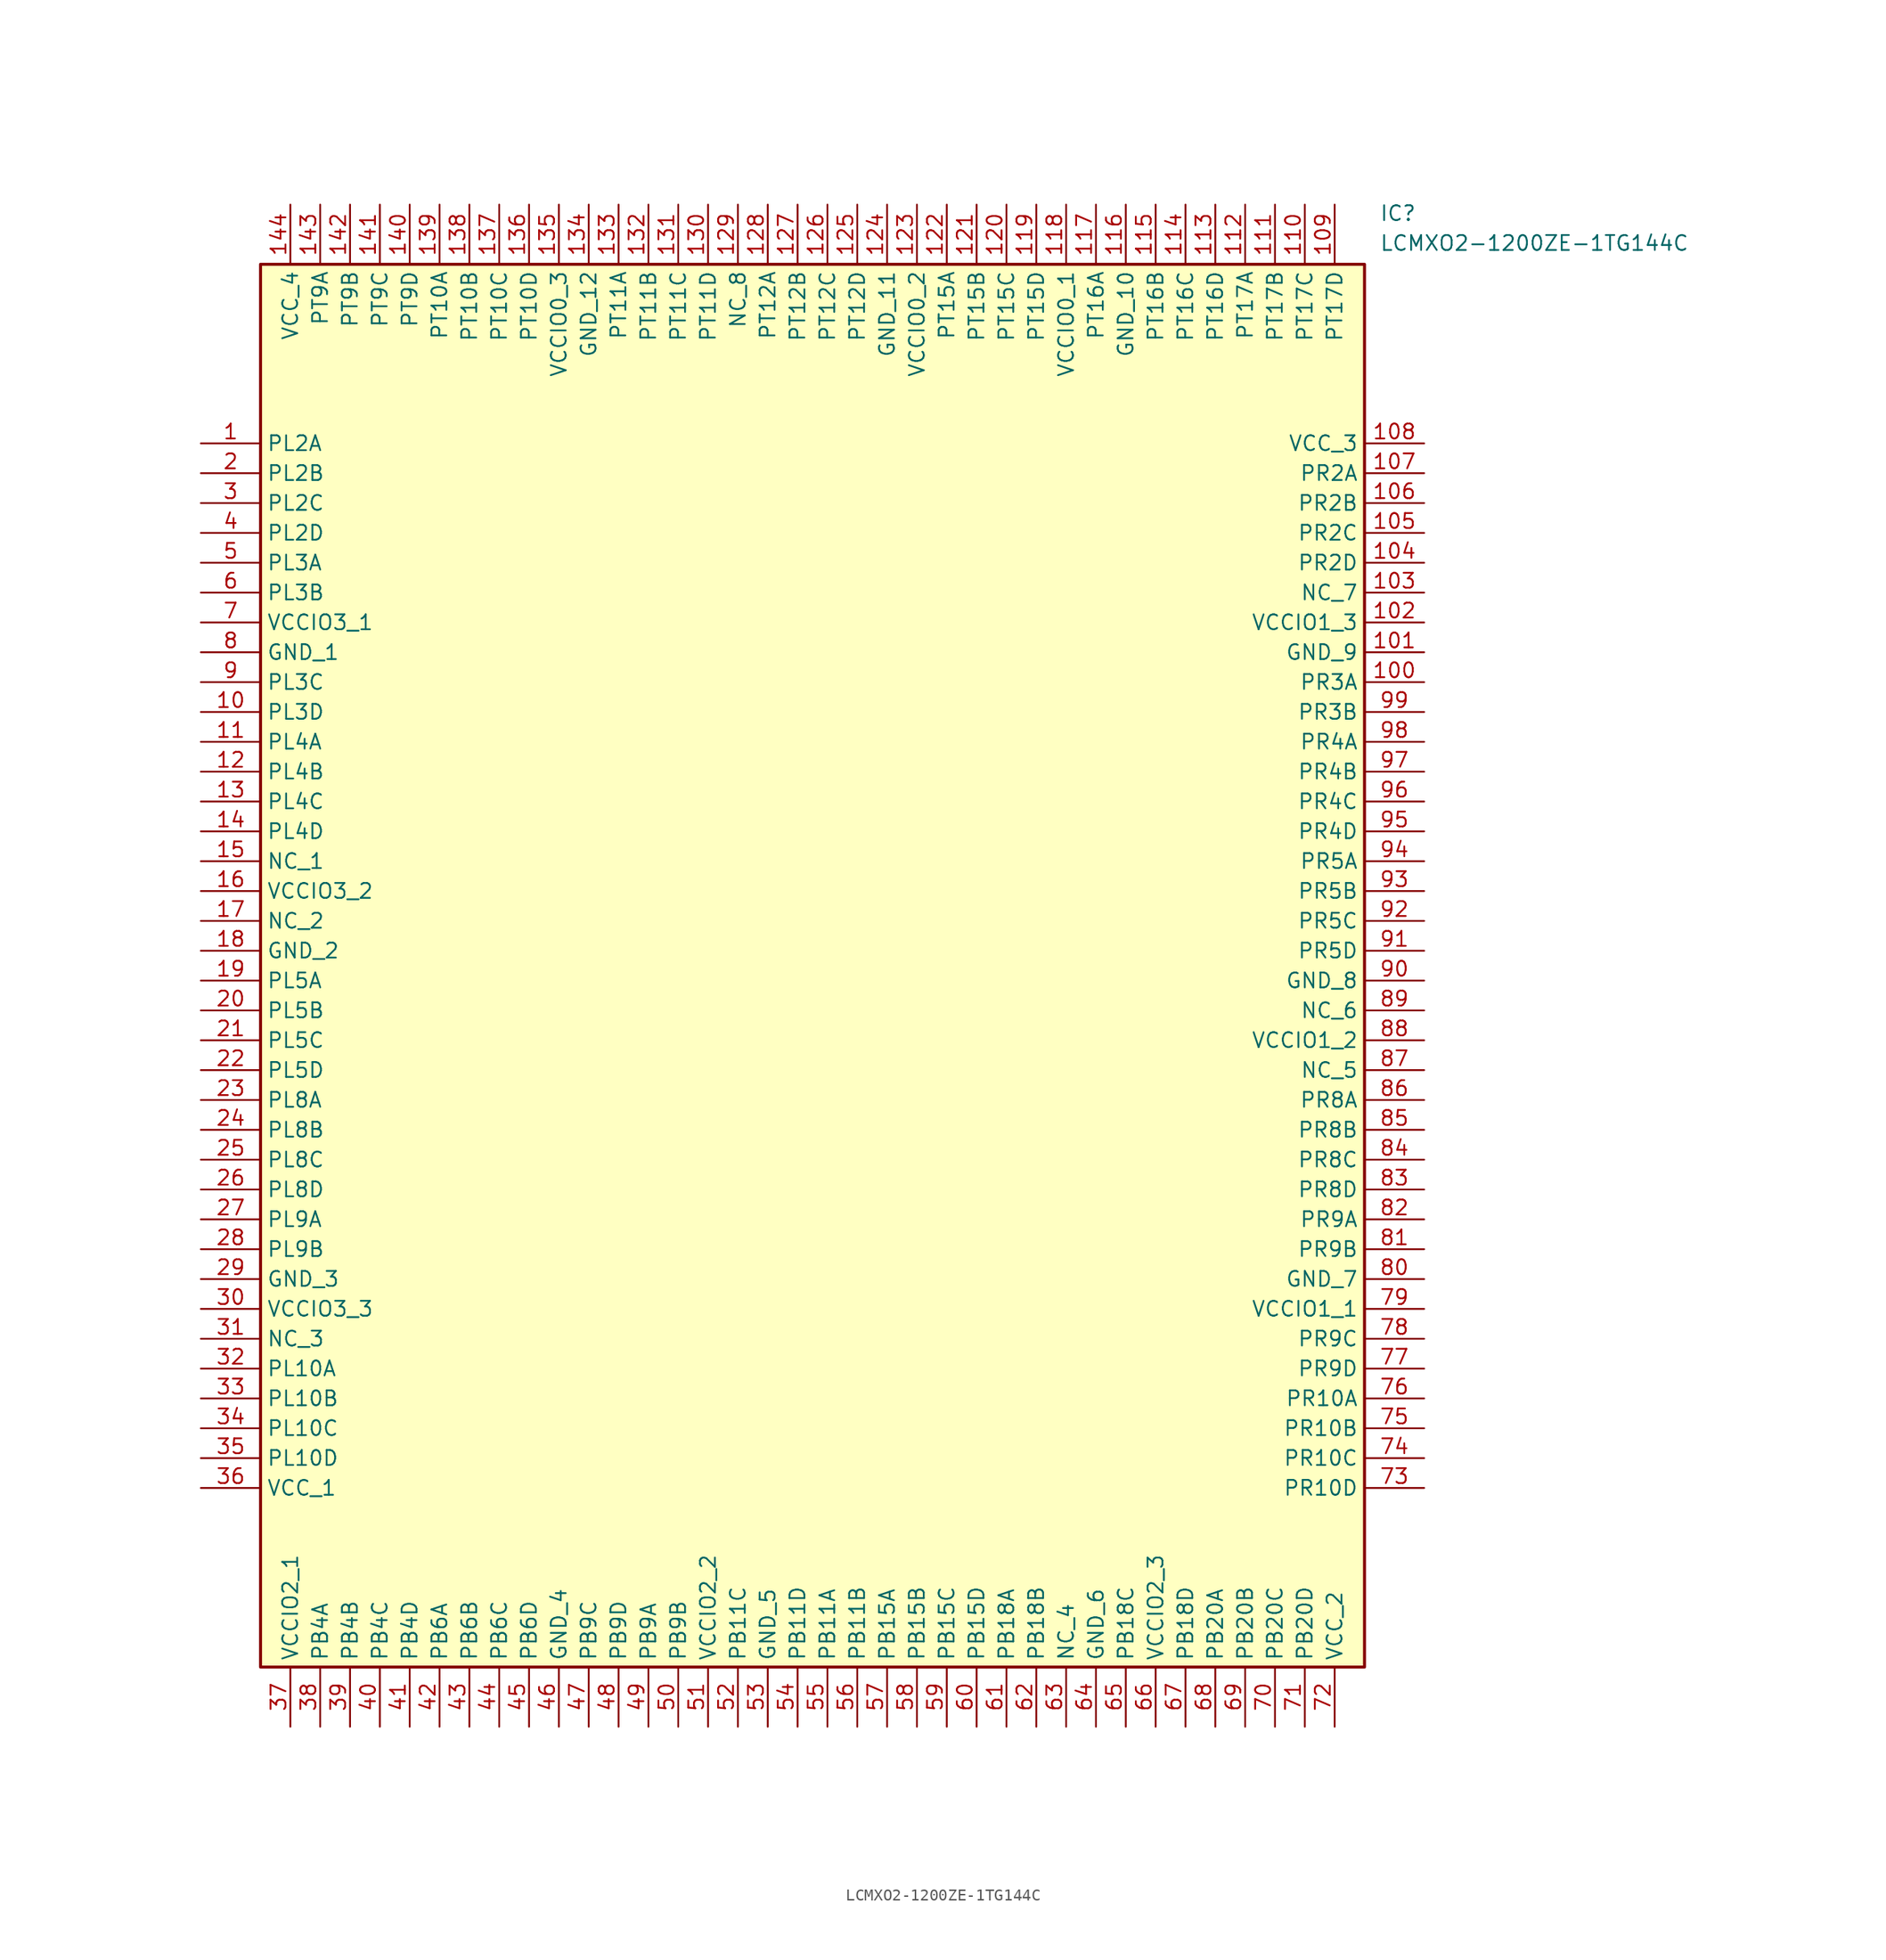
<source format=kicad_sym>
(kicad_symbol_lib
  (version 20211014)
  (generator SamacSys_ECAD_Model)
  (symbol "LCMXO2-1200ZE-1TG144C"
    (property "Reference" "IC"
      (at 100.33 20.32 0)
      (effects (font (size 1.27 1.27)) (justify left top)))
    (property "Value" "LCMXO2-1200ZE-1TG144C"
      (at 100.33 17.78 0)
      (effects (font (size 1.27 1.27)) (justify left top)))
    (rectangle
      (start 5.08 15.24)
      (end 99.06 -104.14)
      (stroke (width 0.254) (type default))
      (fill (type background)))
    (pin passive line
      (at 0 0 0)
      (length 5.08)
      (name "PL2A" (effects (font (size 1.27 1.27))))
      (number "1" (effects (font (size 1.27 1.27)))))
    (pin passive line
      (at 0 -2.54 0)
      (length 5.08)
      (name "PL2B" (effects (font (size 1.27 1.27))))
      (number "2" (effects (font (size 1.27 1.27)))))
    (pin passive line
      (at 0 -5.08 0)
      (length 5.08)
      (name "PL2C" (effects (font (size 1.27 1.27))))
      (number "3" (effects (font (size 1.27 1.27)))))
    (pin passive line
      (at 0 -7.62 0)
      (length 5.08)
      (name "PL2D" (effects (font (size 1.27 1.27))))
      (number "4" (effects (font (size 1.27 1.27)))))
    (pin passive line
      (at 0 -10.16 0)
      (length 5.08)
      (name "PL3A" (effects (font (size 1.27 1.27))))
      (number "5" (effects (font (size 1.27 1.27)))))
    (pin passive line
      (at 0 -12.7 0)
      (length 5.08)
      (name "PL3B" (effects (font (size 1.27 1.27))))
      (number "6" (effects (font (size 1.27 1.27)))))
    (pin passive line
      (at 0 -15.24 0)
      (length 5.08)
      (name "VCCIO3_1" (effects (font (size 1.27 1.27))))
      (number "7" (effects (font (size 1.27 1.27)))))
    (pin passive line
      (at 0 -17.78 0)
      (length 5.08)
      (name "GND_1" (effects (font (size 1.27 1.27))))
      (number "8" (effects (font (size 1.27 1.27)))))
    (pin passive line
      (at 0 -20.32 0)
      (length 5.08)
      (name "PL3C" (effects (font (size 1.27 1.27))))
      (number "9" (effects (font (size 1.27 1.27)))))
    (pin passive line
      (at 0 -22.86 0)
      (length 5.08)
      (name "PL3D" (effects (font (size 1.27 1.27))))
      (number "10" (effects (font (size 1.27 1.27)))))
    (pin passive line
      (at 0 -25.4 0)
      (length 5.08)
      (name "PL4A" (effects (font (size 1.27 1.27))))
      (number "11" (effects (font (size 1.27 1.27)))))
    (pin passive line
      (at 0 -27.94 0)
      (length 5.08)
      (name "PL4B" (effects (font (size 1.27 1.27))))
      (number "12" (effects (font (size 1.27 1.27)))))
    (pin passive line
      (at 0 -30.48 0)
      (length 5.08)
      (name "PL4C" (effects (font (size 1.27 1.27))))
      (number "13" (effects (font (size 1.27 1.27)))))
    (pin passive line
      (at 0 -33.02 0)
      (length 5.08)
      (name "PL4D" (effects (font (size 1.27 1.27))))
      (number "14" (effects (font (size 1.27 1.27)))))
    (pin passive line
      (at 0 -35.56 0)
      (length 5.08)
      (name "NC_1" (effects (font (size 1.27 1.27))))
      (number "15" (effects (font (size 1.27 1.27)))))
    (pin passive line
      (at 0 -38.1 0)
      (length 5.08)
      (name "VCCIO3_2" (effects (font (size 1.27 1.27))))
      (number "16" (effects (font (size 1.27 1.27)))))
    (pin passive line
      (at 0 -40.64 0)
      (length 5.08)
      (name "NC_2" (effects (font (size 1.27 1.27))))
      (number "17" (effects (font (size 1.27 1.27)))))
    (pin passive line
      (at 0 -43.18 0)
      (length 5.08)
      (name "GND_2" (effects (font (size 1.27 1.27))))
      (number "18" (effects (font (size 1.27 1.27)))))
    (pin passive line
      (at 0 -45.72 0)
      (length 5.08)
      (name "PL5A" (effects (font (size 1.27 1.27))))
      (number "19" (effects (font (size 1.27 1.27)))))
    (pin passive line
      (at 0 -48.26 0)
      (length 5.08)
      (name "PL5B" (effects (font (size 1.27 1.27))))
      (number "20" (effects (font (size 1.27 1.27)))))
    (pin passive line
      (at 0 -50.8 0)
      (length 5.08)
      (name "PL5C" (effects (font (size 1.27 1.27))))
      (number "21" (effects (font (size 1.27 1.27)))))
    (pin passive line
      (at 0 -53.34 0)
      (length 5.08)
      (name "PL5D" (effects (font (size 1.27 1.27))))
      (number "22" (effects (font (size 1.27 1.27)))))
    (pin passive line
      (at 0 -55.88 0)
      (length 5.08)
      (name "PL8A" (effects (font (size 1.27 1.27))))
      (number "23" (effects (font (size 1.27 1.27)))))
    (pin passive line
      (at 0 -58.42 0)
      (length 5.08)
      (name "PL8B" (effects (font (size 1.27 1.27))))
      (number "24" (effects (font (size 1.27 1.27)))))
    (pin passive line
      (at 0 -60.96 0)
      (length 5.08)
      (name "PL8C" (effects (font (size 1.27 1.27))))
      (number "25" (effects (font (size 1.27 1.27)))))
    (pin passive line
      (at 0 -63.5 0)
      (length 5.08)
      (name "PL8D" (effects (font (size 1.27 1.27))))
      (number "26" (effects (font (size 1.27 1.27)))))
    (pin passive line
      (at 0 -66.04 0)
      (length 5.08)
      (name "PL9A" (effects (font (size 1.27 1.27))))
      (number "27" (effects (font (size 1.27 1.27)))))
    (pin passive line
      (at 0 -68.58 0)
      (length 5.08)
      (name "PL9B" (effects (font (size 1.27 1.27))))
      (number "28" (effects (font (size 1.27 1.27)))))
    (pin passive line
      (at 0 -71.12 0)
      (length 5.08)
      (name "GND_3" (effects (font (size 1.27 1.27))))
      (number "29" (effects (font (size 1.27 1.27)))))
    (pin passive line
      (at 0 -73.66 0)
      (length 5.08)
      (name "VCCIO3_3" (effects (font (size 1.27 1.27))))
      (number "30" (effects (font (size 1.27 1.27)))))
    (pin passive line
      (at 0 -76.2 0)
      (length 5.08)
      (name "NC_3" (effects (font (size 1.27 1.27))))
      (number "31" (effects (font (size 1.27 1.27)))))
    (pin passive line
      (at 0 -78.74 0)
      (length 5.08)
      (name "PL10A" (effects (font (size 1.27 1.27))))
      (number "32" (effects (font (size 1.27 1.27)))))
    (pin passive line
      (at 0 -81.28 0)
      (length 5.08)
      (name "PL10B" (effects (font (size 1.27 1.27))))
      (number "33" (effects (font (size 1.27 1.27)))))
    (pin passive line
      (at 0 -83.82 0)
      (length 5.08)
      (name "PL10C" (effects (font (size 1.27 1.27))))
      (number "34" (effects (font (size 1.27 1.27)))))
    (pin passive line
      (at 0 -86.36 0)
      (length 5.08)
      (name "PL10D" (effects (font (size 1.27 1.27))))
      (number "35" (effects (font (size 1.27 1.27)))))
    (pin passive line
      (at 0 -88.9 0)
      (length 5.08)
      (name "VCC_1" (effects (font (size 1.27 1.27))))
      (number "36" (effects (font (size 1.27 1.27)))))
    (pin passive line
      (at 7.62 -109.22 90)
      (length 5.08)
      (name "VCCIO2_1" (effects (font (size 1.27 1.27))))
      (number "37" (effects (font (size 1.27 1.27)))))
    (pin passive line
      (at 10.16 -109.22 90)
      (length 5.08)
      (name "PB4A" (effects (font (size 1.27 1.27))))
      (number "38" (effects (font (size 1.27 1.27)))))
    (pin passive line
      (at 12.7 -109.22 90)
      (length 5.08)
      (name "PB4B" (effects (font (size 1.27 1.27))))
      (number "39" (effects (font (size 1.27 1.27)))))
    (pin passive line
      (at 15.24 -109.22 90)
      (length 5.08)
      (name "PB4C" (effects (font (size 1.27 1.27))))
      (number "40" (effects (font (size 1.27 1.27)))))
    (pin passive line
      (at 17.78 -109.22 90)
      (length 5.08)
      (name "PB4D" (effects (font (size 1.27 1.27))))
      (number "41" (effects (font (size 1.27 1.27)))))
    (pin passive line
      (at 20.32 -109.22 90)
      (length 5.08)
      (name "PB6A" (effects (font (size 1.27 1.27))))
      (number "42" (effects (font (size 1.27 1.27)))))
    (pin passive line
      (at 22.86 -109.22 90)
      (length 5.08)
      (name "PB6B" (effects (font (size 1.27 1.27))))
      (number "43" (effects (font (size 1.27 1.27)))))
    (pin passive line
      (at 25.4 -109.22 90)
      (length 5.08)
      (name "PB6C" (effects (font (size 1.27 1.27))))
      (number "44" (effects (font (size 1.27 1.27)))))
    (pin passive line
      (at 27.94 -109.22 90)
      (length 5.08)
      (name "PB6D" (effects (font (size 1.27 1.27))))
      (number "45" (effects (font (size 1.27 1.27)))))
    (pin passive line
      (at 30.48 -109.22 90)
      (length 5.08)
      (name "GND_4" (effects (font (size 1.27 1.27))))
      (number "46" (effects (font (size 1.27 1.27)))))
    (pin passive line
      (at 33.02 -109.22 90)
      (length 5.08)
      (name "PB9C" (effects (font (size 1.27 1.27))))
      (number "47" (effects (font (size 1.27 1.27)))))
    (pin passive line
      (at 35.56 -109.22 90)
      (length 5.08)
      (name "PB9D" (effects (font (size 1.27 1.27))))
      (number "48" (effects (font (size 1.27 1.27)))))
    (pin passive line
      (at 38.1 -109.22 90)
      (length 5.08)
      (name "PB9A" (effects (font (size 1.27 1.27))))
      (number "49" (effects (font (size 1.27 1.27)))))
    (pin passive line
      (at 40.64 -109.22 90)
      (length 5.08)
      (name "PB9B" (effects (font (size 1.27 1.27))))
      (number "50" (effects (font (size 1.27 1.27)))))
    (pin passive line
      (at 43.18 -109.22 90)
      (length 5.08)
      (name "VCCIO2_2" (effects (font (size 1.27 1.27))))
      (number "51" (effects (font (size 1.27 1.27)))))
    (pin passive line
      (at 45.72 -109.22 90)
      (length 5.08)
      (name "PB11C" (effects (font (size 1.27 1.27))))
      (number "52" (effects (font (size 1.27 1.27)))))
    (pin passive line
      (at 48.26 -109.22 90)
      (length 5.08)
      (name "GND_5" (effects (font (size 1.27 1.27))))
      (number "53" (effects (font (size 1.27 1.27)))))
    (pin passive line
      (at 50.8 -109.22 90)
      (length 5.08)
      (name "PB11D" (effects (font (size 1.27 1.27))))
      (number "54" (effects (font (size 1.27 1.27)))))
    (pin passive line
      (at 53.34 -109.22 90)
      (length 5.08)
      (name "PB11A" (effects (font (size 1.27 1.27))))
      (number "55" (effects (font (size 1.27 1.27)))))
    (pin passive line
      (at 55.88 -109.22 90)
      (length 5.08)
      (name "PB11B" (effects (font (size 1.27 1.27))))
      (number "56" (effects (font (size 1.27 1.27)))))
    (pin passive line
      (at 58.42 -109.22 90)
      (length 5.08)
      (name "PB15A" (effects (font (size 1.27 1.27))))
      (number "57" (effects (font (size 1.27 1.27)))))
    (pin passive line
      (at 60.96 -109.22 90)
      (length 5.08)
      (name "PB15B" (effects (font (size 1.27 1.27))))
      (number "58" (effects (font (size 1.27 1.27)))))
    (pin passive line
      (at 63.5 -109.22 90)
      (length 5.08)
      (name "PB15C" (effects (font (size 1.27 1.27))))
      (number "59" (effects (font (size 1.27 1.27)))))
    (pin passive line
      (at 66.04 -109.22 90)
      (length 5.08)
      (name "PB15D" (effects (font (size 1.27 1.27))))
      (number "60" (effects (font (size 1.27 1.27)))))
    (pin passive line
      (at 68.58 -109.22 90)
      (length 5.08)
      (name "PB18A" (effects (font (size 1.27 1.27))))
      (number "61" (effects (font (size 1.27 1.27)))))
    (pin passive line
      (at 71.12 -109.22 90)
      (length 5.08)
      (name "PB18B" (effects (font (size 1.27 1.27))))
      (number "62" (effects (font (size 1.27 1.27)))))
    (pin passive line
      (at 73.66 -109.22 90)
      (length 5.08)
      (name "NC_4" (effects (font (size 1.27 1.27))))
      (number "63" (effects (font (size 1.27 1.27)))))
    (pin passive line
      (at 76.2 -109.22 90)
      (length 5.08)
      (name "GND_6" (effects (font (size 1.27 1.27))))
      (number "64" (effects (font (size 1.27 1.27)))))
    (pin passive line
      (at 78.74 -109.22 90)
      (length 5.08)
      (name "PB18C" (effects (font (size 1.27 1.27))))
      (number "65" (effects (font (size 1.27 1.27)))))
    (pin passive line
      (at 81.28 -109.22 90)
      (length 5.08)
      (name "VCCIO2_3" (effects (font (size 1.27 1.27))))
      (number "66" (effects (font (size 1.27 1.27)))))
    (pin passive line
      (at 83.82 -109.22 90)
      (length 5.08)
      (name "PB18D" (effects (font (size 1.27 1.27))))
      (number "67" (effects (font (size 1.27 1.27)))))
    (pin passive line
      (at 86.36 -109.22 90)
      (length 5.08)
      (name "PB20A" (effects (font (size 1.27 1.27))))
      (number "68" (effects (font (size 1.27 1.27)))))
    (pin passive line
      (at 88.9 -109.22 90)
      (length 5.08)
      (name "PB20B" (effects (font (size 1.27 1.27))))
      (number "69" (effects (font (size 1.27 1.27)))))
    (pin passive line
      (at 91.44 -109.22 90)
      (length 5.08)
      (name "PB20C" (effects (font (size 1.27 1.27))))
      (number "70" (effects (font (size 1.27 1.27)))))
    (pin passive line
      (at 93.98 -109.22 90)
      (length 5.08)
      (name "PB20D" (effects (font (size 1.27 1.27))))
      (number "71" (effects (font (size 1.27 1.27)))))
    (pin passive line
      (at 96.52 -109.22 90)
      (length 5.08)
      (name "VCC_2" (effects (font (size 1.27 1.27))))
      (number "72" (effects (font (size 1.27 1.27)))))
    (pin passive line
      (at 104.14 0 180)
      (length 5.08)
      (name "VCC_3" (effects (font (size 1.27 1.27))))
      (number "108" (effects (font (size 1.27 1.27)))))
    (pin passive line
      (at 104.14 -2.54 180)
      (length 5.08)
      (name "PR2A" (effects (font (size 1.27 1.27))))
      (number "107" (effects (font (size 1.27 1.27)))))
    (pin passive line
      (at 104.14 -5.08 180)
      (length 5.08)
      (name "PR2B" (effects (font (size 1.27 1.27))))
      (number "106" (effects (font (size 1.27 1.27)))))
    (pin passive line
      (at 104.14 -7.62 180)
      (length 5.08)
      (name "PR2C" (effects (font (size 1.27 1.27))))
      (number "105" (effects (font (size 1.27 1.27)))))
    (pin passive line
      (at 104.14 -10.16 180)
      (length 5.08)
      (name "PR2D" (effects (font (size 1.27 1.27))))
      (number "104" (effects (font (size 1.27 1.27)))))
    (pin passive line
      (at 104.14 -12.7 180)
      (length 5.08)
      (name "NC_7" (effects (font (size 1.27 1.27))))
      (number "103" (effects (font (size 1.27 1.27)))))
    (pin passive line
      (at 104.14 -15.24 180)
      (length 5.08)
      (name "VCCIO1_3" (effects (font (size 1.27 1.27))))
      (number "102" (effects (font (size 1.27 1.27)))))
    (pin passive line
      (at 104.14 -17.78 180)
      (length 5.08)
      (name "GND_9" (effects (font (size 1.27 1.27))))
      (number "101" (effects (font (size 1.27 1.27)))))
    (pin passive line
      (at 104.14 -20.32 180)
      (length 5.08)
      (name "PR3A" (effects (font (size 1.27 1.27))))
      (number "100" (effects (font (size 1.27 1.27)))))
    (pin passive line
      (at 104.14 -22.86 180)
      (length 5.08)
      (name "PR3B" (effects (font (size 1.27 1.27))))
      (number "99" (effects (font (size 1.27 1.27)))))
    (pin passive line
      (at 104.14 -25.4 180)
      (length 5.08)
      (name "PR4A" (effects (font (size 1.27 1.27))))
      (number "98" (effects (font (size 1.27 1.27)))))
    (pin passive line
      (at 104.14 -27.94 180)
      (length 5.08)
      (name "PR4B" (effects (font (size 1.27 1.27))))
      (number "97" (effects (font (size 1.27 1.27)))))
    (pin passive line
      (at 104.14 -30.48 180)
      (length 5.08)
      (name "PR4C" (effects (font (size 1.27 1.27))))
      (number "96" (effects (font (size 1.27 1.27)))))
    (pin passive line
      (at 104.14 -33.02 180)
      (length 5.08)
      (name "PR4D" (effects (font (size 1.27 1.27))))
      (number "95" (effects (font (size 1.27 1.27)))))
    (pin passive line
      (at 104.14 -35.56 180)
      (length 5.08)
      (name "PR5A" (effects (font (size 1.27 1.27))))
      (number "94" (effects (font (size 1.27 1.27)))))
    (pin passive line
      (at 104.14 -38.1 180)
      (length 5.08)
      (name "PR5B" (effects (font (size 1.27 1.27))))
      (number "93" (effects (font (size 1.27 1.27)))))
    (pin passive line
      (at 104.14 -40.64 180)
      (length 5.08)
      (name "PR5C" (effects (font (size 1.27 1.27))))
      (number "92" (effects (font (size 1.27 1.27)))))
    (pin passive line
      (at 104.14 -43.18 180)
      (length 5.08)
      (name "PR5D" (effects (font (size 1.27 1.27))))
      (number "91" (effects (font (size 1.27 1.27)))))
    (pin passive line
      (at 104.14 -45.72 180)
      (length 5.08)
      (name "GND_8" (effects (font (size 1.27 1.27))))
      (number "90" (effects (font (size 1.27 1.27)))))
    (pin passive line
      (at 104.14 -48.26 180)
      (length 5.08)
      (name "NC_6" (effects (font (size 1.27 1.27))))
      (number "89" (effects (font (size 1.27 1.27)))))
    (pin passive line
      (at 104.14 -50.8 180)
      (length 5.08)
      (name "VCCIO1_2" (effects (font (size 1.27 1.27))))
      (number "88" (effects (font (size 1.27 1.27)))))
    (pin passive line
      (at 104.14 -53.34 180)
      (length 5.08)
      (name "NC_5" (effects (font (size 1.27 1.27))))
      (number "87" (effects (font (size 1.27 1.27)))))
    (pin passive line
      (at 104.14 -55.88 180)
      (length 5.08)
      (name "PR8A" (effects (font (size 1.27 1.27))))
      (number "86" (effects (font (size 1.27 1.27)))))
    (pin passive line
      (at 104.14 -58.42 180)
      (length 5.08)
      (name "PR8B" (effects (font (size 1.27 1.27))))
      (number "85" (effects (font (size 1.27 1.27)))))
    (pin passive line
      (at 104.14 -60.96 180)
      (length 5.08)
      (name "PR8C" (effects (font (size 1.27 1.27))))
      (number "84" (effects (font (size 1.27 1.27)))))
    (pin passive line
      (at 104.14 -63.5 180)
      (length 5.08)
      (name "PR8D" (effects (font (size 1.27 1.27))))
      (number "83" (effects (font (size 1.27 1.27)))))
    (pin passive line
      (at 104.14 -66.04 180)
      (length 5.08)
      (name "PR9A" (effects (font (size 1.27 1.27))))
      (number "82" (effects (font (size 1.27 1.27)))))
    (pin passive line
      (at 104.14 -68.58 180)
      (length 5.08)
      (name "PR9B" (effects (font (size 1.27 1.27))))
      (number "81" (effects (font (size 1.27 1.27)))))
    (pin passive line
      (at 104.14 -71.12 180)
      (length 5.08)
      (name "GND_7" (effects (font (size 1.27 1.27))))
      (number "80" (effects (font (size 1.27 1.27)))))
    (pin passive line
      (at 104.14 -73.66 180)
      (length 5.08)
      (name "VCCIO1_1" (effects (font (size 1.27 1.27))))
      (number "79" (effects (font (size 1.27 1.27)))))
    (pin passive line
      (at 104.14 -76.2 180)
      (length 5.08)
      (name "PR9C" (effects (font (size 1.27 1.27))))
      (number "78" (effects (font (size 1.27 1.27)))))
    (pin passive line
      (at 104.14 -78.74 180)
      (length 5.08)
      (name "PR9D" (effects (font (size 1.27 1.27))))
      (number "77" (effects (font (size 1.27 1.27)))))
    (pin passive line
      (at 104.14 -81.28 180)
      (length 5.08)
      (name "PR10A" (effects (font (size 1.27 1.27))))
      (number "76" (effects (font (size 1.27 1.27)))))
    (pin passive line
      (at 104.14 -83.82 180)
      (length 5.08)
      (name "PR10B" (effects (font (size 1.27 1.27))))
      (number "75" (effects (font (size 1.27 1.27)))))
    (pin passive line
      (at 104.14 -86.36 180)
      (length 5.08)
      (name "PR10C" (effects (font (size 1.27 1.27))))
      (number "74" (effects (font (size 1.27 1.27)))))
    (pin passive line
      (at 104.14 -88.9 180)
      (length 5.08)
      (name "PR10D" (effects (font (size 1.27 1.27))))
      (number "73" (effects (font (size 1.27 1.27)))))
    (pin passive line
      (at 7.62 20.32 270)
      (length 5.08)
      (name "VCC_4" (effects (font (size 1.27 1.27))))
      (number "144" (effects (font (size 1.27 1.27)))))
    (pin passive line
      (at 10.16 20.32 270)
      (length 5.08)
      (name "PT9A" (effects (font (size 1.27 1.27))))
      (number "143" (effects (font (size 1.27 1.27)))))
    (pin passive line
      (at 12.7 20.32 270)
      (length 5.08)
      (name "PT9B" (effects (font (size 1.27 1.27))))
      (number "142" (effects (font (size 1.27 1.27)))))
    (pin passive line
      (at 15.24 20.32 270)
      (length 5.08)
      (name "PT9C" (effects (font (size 1.27 1.27))))
      (number "141" (effects (font (size 1.27 1.27)))))
    (pin passive line
      (at 17.78 20.32 270)
      (length 5.08)
      (name "PT9D" (effects (font (size 1.27 1.27))))
      (number "140" (effects (font (size 1.27 1.27)))))
    (pin passive line
      (at 20.32 20.32 270)
      (length 5.08)
      (name "PT10A" (effects (font (size 1.27 1.27))))
      (number "139" (effects (font (size 1.27 1.27)))))
    (pin passive line
      (at 22.86 20.32 270)
      (length 5.08)
      (name "PT10B" (effects (font (size 1.27 1.27))))
      (number "138" (effects (font (size 1.27 1.27)))))
    (pin passive line
      (at 25.4 20.32 270)
      (length 5.08)
      (name "PT10C" (effects (font (size 1.27 1.27))))
      (number "137" (effects (font (size 1.27 1.27)))))
    (pin passive line
      (at 27.94 20.32 270)
      (length 5.08)
      (name "PT10D" (effects (font (size 1.27 1.27))))
      (number "136" (effects (font (size 1.27 1.27)))))
    (pin passive line
      (at 30.48 20.32 270)
      (length 5.08)
      (name "VCCIO0_3" (effects (font (size 1.27 1.27))))
      (number "135" (effects (font (size 1.27 1.27)))))
    (pin passive line
      (at 33.02 20.32 270)
      (length 5.08)
      (name "GND_12" (effects (font (size 1.27 1.27))))
      (number "134" (effects (font (size 1.27 1.27)))))
    (pin passive line
      (at 35.56 20.32 270)
      (length 5.08)
      (name "PT11A" (effects (font (size 1.27 1.27))))
      (number "133" (effects (font (size 1.27 1.27)))))
    (pin passive line
      (at 38.1 20.32 270)
      (length 5.08)
      (name "PT11B" (effects (font (size 1.27 1.27))))
      (number "132" (effects (font (size 1.27 1.27)))))
    (pin passive line
      (at 40.64 20.32 270)
      (length 5.08)
      (name "PT11C" (effects (font (size 1.27 1.27))))
      (number "131" (effects (font (size 1.27 1.27)))))
    (pin passive line
      (at 43.18 20.32 270)
      (length 5.08)
      (name "PT11D" (effects (font (size 1.27 1.27))))
      (number "130" (effects (font (size 1.27 1.27)))))
    (pin passive line
      (at 45.72 20.32 270)
      (length 5.08)
      (name "NC_8" (effects (font (size 1.27 1.27))))
      (number "129" (effects (font (size 1.27 1.27)))))
    (pin passive line
      (at 48.26 20.32 270)
      (length 5.08)
      (name "PT12A" (effects (font (size 1.27 1.27))))
      (number "128" (effects (font (size 1.27 1.27)))))
    (pin passive line
      (at 50.8 20.32 270)
      (length 5.08)
      (name "PT12B" (effects (font (size 1.27 1.27))))
      (number "127" (effects (font (size 1.27 1.27)))))
    (pin passive line
      (at 53.34 20.32 270)
      (length 5.08)
      (name "PT12C" (effects (font (size 1.27 1.27))))
      (number "126" (effects (font (size 1.27 1.27)))))
    (pin passive line
      (at 55.88 20.32 270)
      (length 5.08)
      (name "PT12D" (effects (font (size 1.27 1.27))))
      (number "125" (effects (font (size 1.27 1.27)))))
    (pin passive line
      (at 58.42 20.32 270)
      (length 5.08)
      (name "GND_11" (effects (font (size 1.27 1.27))))
      (number "124" (effects (font (size 1.27 1.27)))))
    (pin passive line
      (at 60.96 20.32 270)
      (length 5.08)
      (name "VCCIO0_2" (effects (font (size 1.27 1.27))))
      (number "123" (effects (font (size 1.27 1.27)))))
    (pin passive line
      (at 63.5 20.32 270)
      (length 5.08)
      (name "PT15A" (effects (font (size 1.27 1.27))))
      (number "122" (effects (font (size 1.27 1.27)))))
    (pin passive line
      (at 66.04 20.32 270)
      (length 5.08)
      (name "PT15B" (effects (font (size 1.27 1.27))))
      (number "121" (effects (font (size 1.27 1.27)))))
    (pin passive line
      (at 68.58 20.32 270)
      (length 5.08)
      (name "PT15C" (effects (font (size 1.27 1.27))))
      (number "120" (effects (font (size 1.27 1.27)))))
    (pin passive line
      (at 71.12 20.32 270)
      (length 5.08)
      (name "PT15D" (effects (font (size 1.27 1.27))))
      (number "119" (effects (font (size 1.27 1.27)))))
    (pin passive line
      (at 73.66 20.32 270)
      (length 5.08)
      (name "VCCIO0_1" (effects (font (size 1.27 1.27))))
      (number "118" (effects (font (size 1.27 1.27)))))
    (pin passive line
      (at 76.2 20.32 270)
      (length 5.08)
      (name "PT16A" (effects (font (size 1.27 1.27))))
      (number "117" (effects (font (size 1.27 1.27)))))
    (pin passive line
      (at 78.74 20.32 270)
      (length 5.08)
      (name "GND_10" (effects (font (size 1.27 1.27))))
      (number "116" (effects (font (size 1.27 1.27)))))
    (pin passive line
      (at 81.28 20.32 270)
      (length 5.08)
      (name "PT16B" (effects (font (size 1.27 1.27))))
      (number "115" (effects (font (size 1.27 1.27)))))
    (pin passive line
      (at 83.82 20.32 270)
      (length 5.08)
      (name "PT16C" (effects (font (size 1.27 1.27))))
      (number "114" (effects (font (size 1.27 1.27)))))
    (pin passive line
      (at 86.36 20.32 270)
      (length 5.08)
      (name "PT16D" (effects (font (size 1.27 1.27))))
      (number "113" (effects (font (size 1.27 1.27)))))
    (pin passive line
      (at 88.9 20.32 270)
      (length 5.08)
      (name "PT17A" (effects (font (size 1.27 1.27))))
      (number "112" (effects (font (size 1.27 1.27)))))
    (pin passive line
      (at 91.44 20.32 270)
      (length 5.08)
      (name "PT17B" (effects (font (size 1.27 1.27))))
      (number "111" (effects (font (size 1.27 1.27)))))
    (pin passive line
      (at 93.98 20.32 270)
      (length 5.08)
      (name "PT17C" (effects (font (size 1.27 1.27))))
      (number "110" (effects (font (size 1.27 1.27)))))
    (pin passive line
      (at 96.52 20.32 270)
      (length 5.08)
      (name "PT17D" (effects (font (size 1.27 1.27))))
      (number "109" (effects (font (size 1.27 1.27)))))))
</source>
